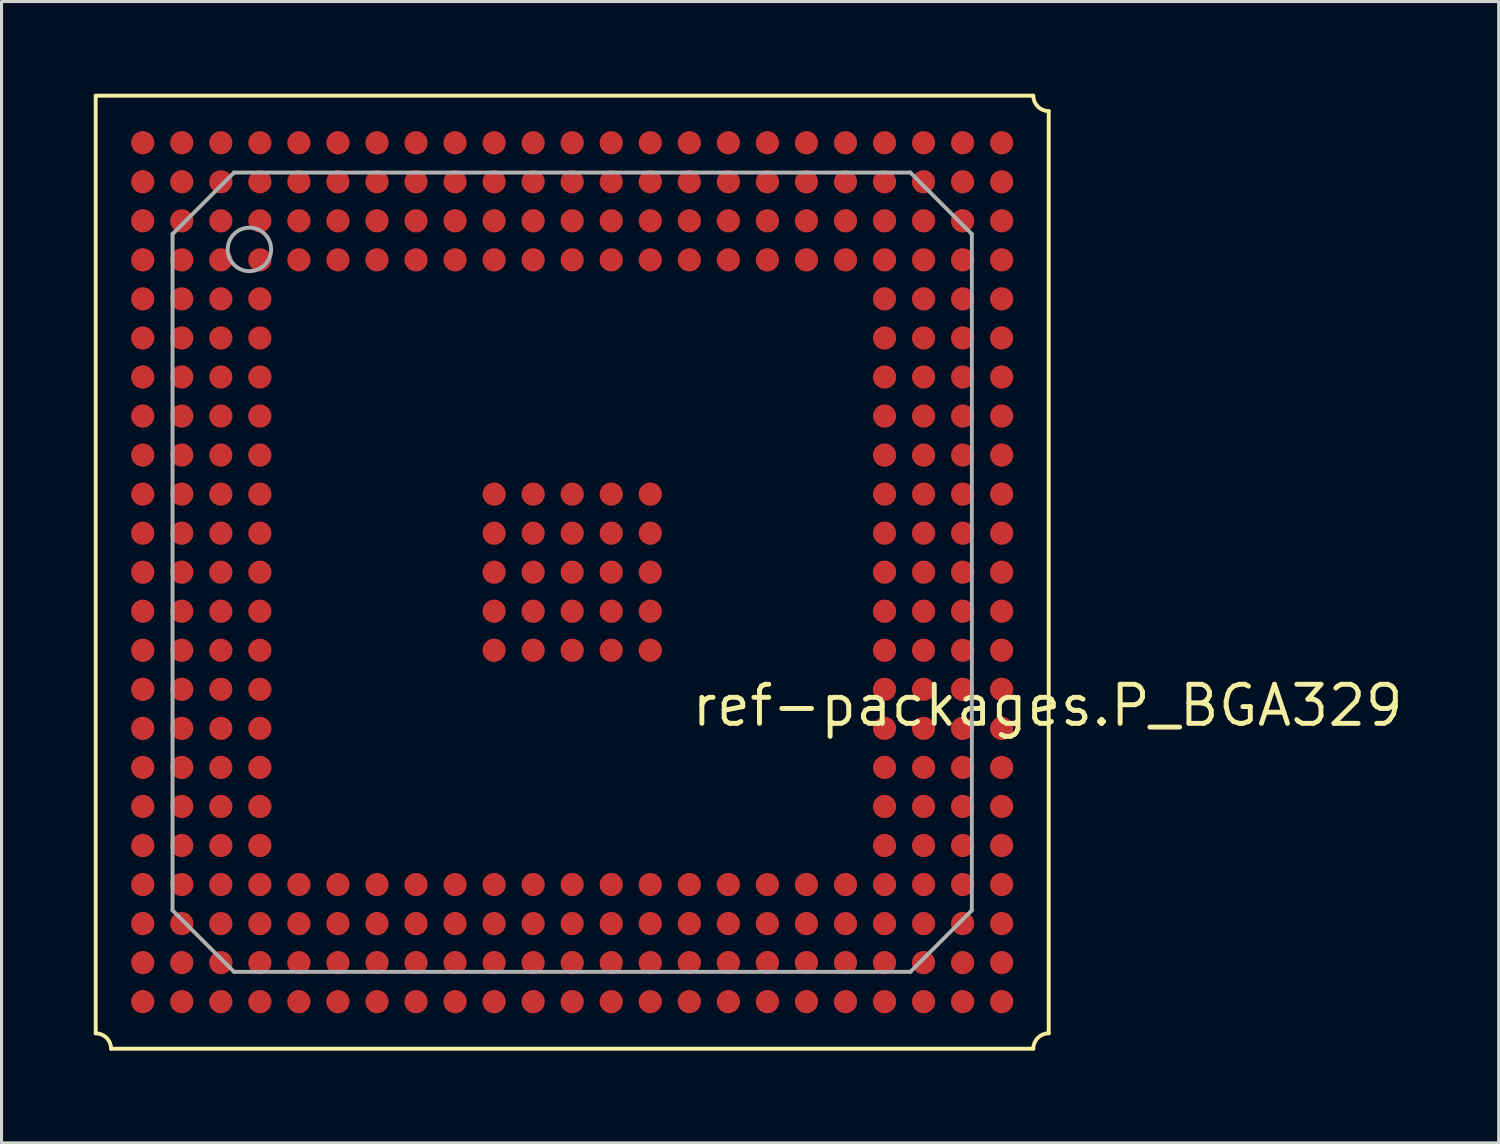
<source format=kicad_pcb>
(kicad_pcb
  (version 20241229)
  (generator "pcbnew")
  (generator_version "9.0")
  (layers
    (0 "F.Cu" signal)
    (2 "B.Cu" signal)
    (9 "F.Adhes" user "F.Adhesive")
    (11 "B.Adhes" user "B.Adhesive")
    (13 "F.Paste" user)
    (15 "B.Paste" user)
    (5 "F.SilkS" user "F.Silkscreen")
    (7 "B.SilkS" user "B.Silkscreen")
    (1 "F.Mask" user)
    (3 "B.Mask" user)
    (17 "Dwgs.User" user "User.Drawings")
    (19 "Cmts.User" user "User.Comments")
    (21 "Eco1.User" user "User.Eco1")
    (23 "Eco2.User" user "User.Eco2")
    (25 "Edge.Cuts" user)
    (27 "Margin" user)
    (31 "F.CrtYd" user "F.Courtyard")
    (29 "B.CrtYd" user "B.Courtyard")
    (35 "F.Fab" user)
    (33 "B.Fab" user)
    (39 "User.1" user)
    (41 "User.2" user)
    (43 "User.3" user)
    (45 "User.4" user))
  (footprint "ref-packages.P_BGA329"
    (layer "F.Cu")
    (at 15.563 15.563)
    (property "Reference" "ref-packages.P_BGA329" (at 3.81 5.08 180) (layer "F.SilkS") (effects (font (size 1.27 1.27) (thickness 0.16)) (justify left bottom)))
    (attr smd)
    (fp_line (start -15.5 -15.5) (end -15.5 15) (stroke (width 0.127) (type default)) (layer "F.SilkS"))
    (fp_line (start -15 15.5) (end 15 15.5) (stroke (width 0.127) (type default)) (layer "F.SilkS"))
    (fp_line (start 15 -15.5) (end -15.5 -15.5) (stroke (width 0.127) (type default)) (layer "F.SilkS"))
    (fp_line (start 15.5 15) (end 15.5 -15) (stroke (width 0.127) (type default)) (layer "F.SilkS"))
    (fp_arc (start -15.5 15) (mid -15.146447 15.146447) (end -15 15.5) (stroke (width 0.127) (type default)) (layer "F.SilkS"))
    (fp_arc (start 15 15.5) (mid 15.146447 15.146447) (end 15.5 15) (stroke (width 0.127) (type default)) (layer "F.SilkS"))
    (fp_arc (start 15.5 -15) (mid 15.146447 -15.146447) (end 15 -15.5) (stroke (width 0.127) (type default)) (layer "F.SilkS"))
    (fp_line (start -13 -11) (end -11 -13) (stroke (width 0.127) (type default)) (layer "F.Fab"))
    (fp_line (start -13 11) (end -13 -11) (stroke (width 0.127) (type default)) (layer "F.Fab"))
    (fp_line (start -11 -13) (end 11 -13) (stroke (width 0.127) (type default)) (layer "F.Fab"))
    (fp_line (start -11 13) (end -13 11) (stroke (width 0.127) (type default)) (layer "F.Fab"))
    (fp_line (start 11 -13) (end 13 -11) (stroke (width 0.127) (type default)) (layer "F.Fab"))
    (fp_line (start 11 13) (end -11 13) (stroke (width 0.127) (type default)) (layer "F.Fab"))
    (fp_line (start 13 -11) (end 13 11) (stroke (width 0.127) (type default)) (layer "F.Fab"))
    (fp_line (start 13 11) (end 11 13) (stroke (width 0.127) (type default)) (layer "F.Fab"))
    (fp_circle (center -10.5 -10.5) (end -9.793 -10.5) (stroke (width 0.127) (type default)) (fill no) (layer "F.Fab"))
    (pad "A1" smd roundrect (at -13.97 -13.97 180) (size 0.76 0.76) (layers "F.Cu" "F.Mask" "F.Paste") (roundrect_rratio 0.5))
    (pad "A2" smd roundrect (at -12.7 -13.97 180) (size 0.76 0.76) (layers "F.Cu" "F.Mask" "F.Paste") (roundrect_rratio 0.5))
    (pad "A3" smd roundrect (at -11.43 -13.97 180) (size 0.76 0.76) (layers "F.Cu" "F.Mask" "F.Paste") (roundrect_rratio 0.5))
    (pad "A4" smd roundrect (at -10.16 -13.97 180) (size 0.76 0.76) (layers "F.Cu" "F.Mask" "F.Paste") (roundrect_rratio 0.5))
    (pad "A5" smd roundrect (at -8.89 -13.97 180) (size 0.76 0.76) (layers "F.Cu" "F.Mask" "F.Paste") (roundrect_rratio 0.5))
    (pad "A6" smd roundrect (at -7.62 -13.97 180) (size 0.76 0.76) (layers "F.Cu" "F.Mask" "F.Paste") (roundrect_rratio 0.5))
    (pad "A7" smd roundrect (at -6.35 -13.97 180) (size 0.76 0.76) (layers "F.Cu" "F.Mask" "F.Paste") (roundrect_rratio 0.5))
    (pad "A8" smd roundrect (at -5.08 -13.97 180) (size 0.76 0.76) (layers "F.Cu" "F.Mask" "F.Paste") (roundrect_rratio 0.5))
    (pad "A9" smd roundrect (at -3.81 -13.97 180) (size 0.76 0.76) (layers "F.Cu" "F.Mask" "F.Paste") (roundrect_rratio 0.5))
    (pad "A10" smd roundrect (at -2.54 -13.97 180) (size 0.76 0.76) (layers "F.Cu" "F.Mask" "F.Paste") (roundrect_rratio 0.5))
    (pad "A11" smd roundrect (at -1.27 -13.97 180) (size 0.76 0.76) (layers "F.Cu" "F.Mask" "F.Paste") (roundrect_rratio 0.5))
    (pad "A12" smd roundrect (at 0 -13.97 180) (size 0.76 0.76) (layers "F.Cu" "F.Mask" "F.Paste") (roundrect_rratio 0.5))
    (pad "A13" smd roundrect (at 1.27 -13.97 180) (size 0.76 0.76) (layers "F.Cu" "F.Mask" "F.Paste") (roundrect_rratio 0.5))
    (pad "A14" smd roundrect (at 2.54 -13.97 180) (size 0.76 0.76) (layers "F.Cu" "F.Mask" "F.Paste") (roundrect_rratio 0.5))
    (pad "A15" smd roundrect (at 3.81 -13.97 180) (size 0.76 0.76) (layers "F.Cu" "F.Mask" "F.Paste") (roundrect_rratio 0.5))
    (pad "A16" smd roundrect (at 5.08 -13.97 180) (size 0.76 0.76) (layers "F.Cu" "F.Mask" "F.Paste") (roundrect_rratio 0.5))
    (pad "A17" smd roundrect (at 6.35 -13.97 180) (size 0.76 0.76) (layers "F.Cu" "F.Mask" "F.Paste") (roundrect_rratio 0.5))
    (pad "A18" smd roundrect (at 7.62 -13.97 180) (size 0.76 0.76) (layers "F.Cu" "F.Mask" "F.Paste") (roundrect_rratio 0.5))
    (pad "A19" smd roundrect (at 8.89 -13.97 180) (size 0.76 0.76) (layers "F.Cu" "F.Mask" "F.Paste") (roundrect_rratio 0.5))
    (pad "A20" smd roundrect (at 10.16 -13.97 180) (size 0.76 0.76) (layers "F.Cu" "F.Mask" "F.Paste") (roundrect_rratio 0.5))
    (pad "A21" smd roundrect (at 11.43 -13.97 180) (size 0.76 0.76) (layers "F.Cu" "F.Mask" "F.Paste") (roundrect_rratio 0.5))
    (pad "A22" smd roundrect (at 12.7 -13.97 180) (size 0.76 0.76) (layers "F.Cu" "F.Mask" "F.Paste") (roundrect_rratio 0.5))
    (pad "A23" smd roundrect (at 13.97 -13.97 180) (size 0.76 0.76) (layers "F.Cu" "F.Mask" "F.Paste") (roundrect_rratio 0.5))
    (pad "AA1" smd roundrect (at -13.97 11.43 180) (size 0.76 0.76) (layers "F.Cu" "F.Mask" "F.Paste") (roundrect_rratio 0.5))
    (pad "AA2" smd roundrect (at -12.7 11.43 180) (size 0.76 0.76) (layers "F.Cu" "F.Mask" "F.Paste") (roundrect_rratio 0.5))
    (pad "AA3" smd roundrect (at -11.43 11.43 180) (size 0.76 0.76) (layers "F.Cu" "F.Mask" "F.Paste") (roundrect_rratio 0.5))
    (pad "AA4" smd roundrect (at -10.16 11.43 180) (size 0.76 0.76) (layers "F.Cu" "F.Mask" "F.Paste") (roundrect_rratio 0.5))
    (pad "AA5" smd roundrect (at -8.89 11.43 180) (size 0.76 0.76) (layers "F.Cu" "F.Mask" "F.Paste") (roundrect_rratio 0.5))
    (pad "AA6" smd roundrect (at -7.62 11.43 180) (size 0.76 0.76) (layers "F.Cu" "F.Mask" "F.Paste") (roundrect_rratio 0.5))
    (pad "AA7" smd roundrect (at -6.35 11.43 180) (size 0.76 0.76) (layers "F.Cu" "F.Mask" "F.Paste") (roundrect_rratio 0.5))
    (pad "AA8" smd roundrect (at -5.08 11.43 180) (size 0.76 0.76) (layers "F.Cu" "F.Mask" "F.Paste") (roundrect_rratio 0.5))
    (pad "AA9" smd roundrect (at -3.81 11.43 180) (size 0.76 0.76) (layers "F.Cu" "F.Mask" "F.Paste") (roundrect_rratio 0.5))
    (pad "AA10" smd roundrect (at -2.54 11.43 180) (size 0.76 0.76) (layers "F.Cu" "F.Mask" "F.Paste") (roundrect_rratio 0.5))
    (pad "AA11" smd roundrect (at -1.27 11.43 180) (size 0.76 0.76) (layers "F.Cu" "F.Mask" "F.Paste") (roundrect_rratio 0.5))
    (pad "AA12" smd roundrect (at 0 11.43 180) (size 0.76 0.76) (layers "F.Cu" "F.Mask" "F.Paste") (roundrect_rratio 0.5))
    (pad "AA13" smd roundrect (at 1.27 11.43 180) (size 0.76 0.76) (layers "F.Cu" "F.Mask" "F.Paste") (roundrect_rratio 0.5))
    (pad "AA14" smd roundrect (at 2.54 11.43 180) (size 0.76 0.76) (layers "F.Cu" "F.Mask" "F.Paste") (roundrect_rratio 0.5))
    (pad "AA15" smd roundrect (at 3.81 11.43 180) (size 0.76 0.76) (layers "F.Cu" "F.Mask" "F.Paste") (roundrect_rratio 0.5))
    (pad "AA16" smd roundrect (at 5.08 11.43 180) (size 0.76 0.76) (layers "F.Cu" "F.Mask" "F.Paste") (roundrect_rratio 0.5))
    (pad "AA17" smd roundrect (at 6.35 11.43 180) (size 0.76 0.76) (layers "F.Cu" "F.Mask" "F.Paste") (roundrect_rratio 0.5))
    (pad "AA18" smd roundrect (at 7.62 11.43 180) (size 0.76 0.76) (layers "F.Cu" "F.Mask" "F.Paste") (roundrect_rratio 0.5))
    (pad "AA19" smd roundrect (at 8.89 11.43 180) (size 0.76 0.76) (layers "F.Cu" "F.Mask" "F.Paste") (roundrect_rratio 0.5))
    (pad "AA20" smd roundrect (at 10.16 11.43 180) (size 0.76 0.76) (layers "F.Cu" "F.Mask" "F.Paste") (roundrect_rratio 0.5))
    (pad "AA21" smd roundrect (at 11.43 11.43 180) (size 0.76 0.76) (layers "F.Cu" "F.Mask" "F.Paste") (roundrect_rratio 0.5))
    (pad "AA22" smd roundrect (at 12.7 11.43 180) (size 0.76 0.76) (layers "F.Cu" "F.Mask" "F.Paste") (roundrect_rratio 0.5))
    (pad "AA23" smd roundrect (at 13.97 11.43 180) (size 0.76 0.76) (layers "F.Cu" "F.Mask" "F.Paste") (roundrect_rratio 0.5))
    (pad "AB1" smd roundrect (at -13.97 12.7 180) (size 0.76 0.76) (layers "F.Cu" "F.Mask" "F.Paste") (roundrect_rratio 0.5))
    (pad "AB2" smd roundrect (at -12.7 12.7 180) (size 0.76 0.76) (layers "F.Cu" "F.Mask" "F.Paste") (roundrect_rratio 0.5))
    (pad "AB3" smd roundrect (at -11.43 12.7 180) (size 0.76 0.76) (layers "F.Cu" "F.Mask" "F.Paste") (roundrect_rratio 0.5))
    (pad "AB4" smd roundrect (at -10.16 12.7 180) (size 0.76 0.76) (layers "F.Cu" "F.Mask" "F.Paste") (roundrect_rratio 0.5))
    (pad "AB5" smd roundrect (at -8.89 12.7 180) (size 0.76 0.76) (layers "F.Cu" "F.Mask" "F.Paste") (roundrect_rratio 0.5))
    (pad "AB6" smd roundrect (at -7.62 12.7 180) (size 0.76 0.76) (layers "F.Cu" "F.Mask" "F.Paste") (roundrect_rratio 0.5))
    (pad "AB7" smd roundrect (at -6.35 12.7 180) (size 0.76 0.76) (layers "F.Cu" "F.Mask" "F.Paste") (roundrect_rratio 0.5))
    (pad "AB8" smd roundrect (at -5.08 12.7 180) (size 0.76 0.76) (layers "F.Cu" "F.Mask" "F.Paste") (roundrect_rratio 0.5))
    (pad "AB9" smd roundrect (at -3.81 12.7 180) (size 0.76 0.76) (layers "F.Cu" "F.Mask" "F.Paste") (roundrect_rratio 0.5))
    (pad "AB10" smd roundrect (at -2.54 12.7 180) (size 0.76 0.76) (layers "F.Cu" "F.Mask" "F.Paste") (roundrect_rratio 0.5))
    (pad "AB11" smd roundrect (at -1.27 12.7 180) (size 0.76 0.76) (layers "F.Cu" "F.Mask" "F.Paste") (roundrect_rratio 0.5))
    (pad "AB12" smd roundrect (at 0 12.7 180) (size 0.76 0.76) (layers "F.Cu" "F.Mask" "F.Paste") (roundrect_rratio 0.5))
    (pad "AB13" smd roundrect (at 1.27 12.7 180) (size 0.76 0.76) (layers "F.Cu" "F.Mask" "F.Paste") (roundrect_rratio 0.5))
    (pad "AB14" smd roundrect (at 2.54 12.7 180) (size 0.76 0.76) (layers "F.Cu" "F.Mask" "F.Paste") (roundrect_rratio 0.5))
    (pad "AB15" smd roundrect (at 3.81 12.7 180) (size 0.76 0.76) (layers "F.Cu" "F.Mask" "F.Paste") (roundrect_rratio 0.5))
    (pad "AB16" smd roundrect (at 5.08 12.7 180) (size 0.76 0.76) (layers "F.Cu" "F.Mask" "F.Paste") (roundrect_rratio 0.5))
    (pad "AB17" smd roundrect (at 6.35 12.7 180) (size 0.76 0.76) (layers "F.Cu" "F.Mask" "F.Paste") (roundrect_rratio 0.5))
    (pad "AB18" smd roundrect (at 7.62 12.7 180) (size 0.76 0.76) (layers "F.Cu" "F.Mask" "F.Paste") (roundrect_rratio 0.5))
    (pad "AB19" smd roundrect (at 8.89 12.7 180) (size 0.76 0.76) (layers "F.Cu" "F.Mask" "F.Paste") (roundrect_rratio 0.5))
    (pad "AB20" smd roundrect (at 10.16 12.7 180) (size 0.76 0.76) (layers "F.Cu" "F.Mask" "F.Paste") (roundrect_rratio 0.5))
    (pad "AB21" smd roundrect (at 11.43 12.7 180) (size 0.76 0.76) (layers "F.Cu" "F.Mask" "F.Paste") (roundrect_rratio 0.5))
    (pad "AB22" smd roundrect (at 12.7 12.7 180) (size 0.76 0.76) (layers "F.Cu" "F.Mask" "F.Paste") (roundrect_rratio 0.5))
    (pad "AB23" smd roundrect (at 13.97 12.7 180) (size 0.76 0.76) (layers "F.Cu" "F.Mask" "F.Paste") (roundrect_rratio 0.5))
    (pad "AC1" smd roundrect (at -13.97 13.97 180) (size 0.76 0.76) (layers "F.Cu" "F.Mask" "F.Paste") (roundrect_rratio 0.5))
    (pad "AC2" smd roundrect (at -12.7 13.97 180) (size 0.76 0.76) (layers "F.Cu" "F.Mask" "F.Paste") (roundrect_rratio 0.5))
    (pad "AC3" smd roundrect (at -11.43 13.97 180) (size 0.76 0.76) (layers "F.Cu" "F.Mask" "F.Paste") (roundrect_rratio 0.5))
    (pad "AC4" smd roundrect (at -10.16 13.97 180) (size 0.76 0.76) (layers "F.Cu" "F.Mask" "F.Paste") (roundrect_rratio 0.5))
    (pad "AC5" smd roundrect (at -8.89 13.97 180) (size 0.76 0.76) (layers "F.Cu" "F.Mask" "F.Paste") (roundrect_rratio 0.5))
    (pad "AC6" smd roundrect (at -7.62 13.97 180) (size 0.76 0.76) (layers "F.Cu" "F.Mask" "F.Paste") (roundrect_rratio 0.5))
    (pad "AC7" smd roundrect (at -6.35 13.97 180) (size 0.76 0.76) (layers "F.Cu" "F.Mask" "F.Paste") (roundrect_rratio 0.5))
    (pad "AC8" smd roundrect (at -5.08 13.97 180) (size 0.76 0.76) (layers "F.Cu" "F.Mask" "F.Paste") (roundrect_rratio 0.5))
    (pad "AC9" smd roundrect (at -3.81 13.97 180) (size 0.76 0.76) (layers "F.Cu" "F.Mask" "F.Paste") (roundrect_rratio 0.5))
    (pad "AC10" smd roundrect (at -2.54 13.97 180) (size 0.76 0.76) (layers "F.Cu" "F.Mask" "F.Paste") (roundrect_rratio 0.5))
    (pad "AC11" smd roundrect (at -1.27 13.97 180) (size 0.76 0.76) (layers "F.Cu" "F.Mask" "F.Paste") (roundrect_rratio 0.5))
    (pad "AC12" smd roundrect (at 0 13.97 180) (size 0.76 0.76) (layers "F.Cu" "F.Mask" "F.Paste") (roundrect_rratio 0.5))
    (pad "AC13" smd roundrect (at 1.27 13.97 180) (size 0.76 0.76) (layers "F.Cu" "F.Mask" "F.Paste") (roundrect_rratio 0.5))
    (pad "AC14" smd roundrect (at 2.54 13.97 180) (size 0.76 0.76) (layers "F.Cu" "F.Mask" "F.Paste") (roundrect_rratio 0.5))
    (pad "AC15" smd roundrect (at 3.81 13.97 180) (size 0.76 0.76) (layers "F.Cu" "F.Mask" "F.Paste") (roundrect_rratio 0.5))
    (pad "AC16" smd roundrect (at 5.08 13.97 180) (size 0.76 0.76) (layers "F.Cu" "F.Mask" "F.Paste") (roundrect_rratio 0.5))
    (pad "AC17" smd roundrect (at 6.35 13.97 180) (size 0.76 0.76) (layers "F.Cu" "F.Mask" "F.Paste") (roundrect_rratio 0.5))
    (pad "AC18" smd roundrect (at 7.62 13.97 180) (size 0.76 0.76) (layers "F.Cu" "F.Mask" "F.Paste") (roundrect_rratio 0.5))
    (pad "AC19" smd roundrect (at 8.89 13.97 180) (size 0.76 0.76) (layers "F.Cu" "F.Mask" "F.Paste") (roundrect_rratio 0.5))
    (pad "AC20" smd roundrect (at 10.16 13.97 180) (size 0.76 0.76) (layers "F.Cu" "F.Mask" "F.Paste") (roundrect_rratio 0.5))
    (pad "AC21" smd roundrect (at 11.43 13.97 180) (size 0.76 0.76) (layers "F.Cu" "F.Mask" "F.Paste") (roundrect_rratio 0.5))
    (pad "AC22" smd roundrect (at 12.7 13.97 180) (size 0.76 0.76) (layers "F.Cu" "F.Mask" "F.Paste") (roundrect_rratio 0.5))
    (pad "AC23" smd roundrect (at 13.97 13.97 180) (size 0.76 0.76) (layers "F.Cu" "F.Mask" "F.Paste") (roundrect_rratio 0.5))
    (pad "B1" smd roundrect (at -13.97 -12.7 180) (size 0.76 0.76) (layers "F.Cu" "F.Mask" "F.Paste") (roundrect_rratio 0.5))
    (pad "B2" smd roundrect (at -12.7 -12.7 180) (size 0.76 0.76) (layers "F.Cu" "F.Mask" "F.Paste") (roundrect_rratio 0.5))
    (pad "B3" smd roundrect (at -11.43 -12.7 180) (size 0.76 0.76) (layers "F.Cu" "F.Mask" "F.Paste") (roundrect_rratio 0.5))
    (pad "B4" smd roundrect (at -10.16 -12.7 180) (size 0.76 0.76) (layers "F.Cu" "F.Mask" "F.Paste") (roundrect_rratio 0.5))
    (pad "B5" smd roundrect (at -8.89 -12.7 180) (size 0.76 0.76) (layers "F.Cu" "F.Mask" "F.Paste") (roundrect_rratio 0.5))
    (pad "B6" smd roundrect (at -7.62 -12.7 180) (size 0.76 0.76) (layers "F.Cu" "F.Mask" "F.Paste") (roundrect_rratio 0.5))
    (pad "B7" smd roundrect (at -6.35 -12.7 180) (size 0.76 0.76) (layers "F.Cu" "F.Mask" "F.Paste") (roundrect_rratio 0.5))
    (pad "B8" smd roundrect (at -5.08 -12.7 180) (size 0.76 0.76) (layers "F.Cu" "F.Mask" "F.Paste") (roundrect_rratio 0.5))
    (pad "B9" smd roundrect (at -3.81 -12.7 180) (size 0.76 0.76) (layers "F.Cu" "F.Mask" "F.Paste") (roundrect_rratio 0.5))
    (pad "B10" smd roundrect (at -2.54 -12.7 180) (size 0.76 0.76) (layers "F.Cu" "F.Mask" "F.Paste") (roundrect_rratio 0.5))
    (pad "B11" smd roundrect (at -1.27 -12.7 180) (size 0.76 0.76) (layers "F.Cu" "F.Mask" "F.Paste") (roundrect_rratio 0.5))
    (pad "B12" smd roundrect (at 0 -12.7 180) (size 0.76 0.76) (layers "F.Cu" "F.Mask" "F.Paste") (roundrect_rratio 0.5))
    (pad "B13" smd roundrect (at 1.27 -12.7 180) (size 0.76 0.76) (layers "F.Cu" "F.Mask" "F.Paste") (roundrect_rratio 0.5))
    (pad "B14" smd roundrect (at 2.54 -12.7 180) (size 0.76 0.76) (layers "F.Cu" "F.Mask" "F.Paste") (roundrect_rratio 0.5))
    (pad "B15" smd roundrect (at 3.81 -12.7 180) (size 0.76 0.76) (layers "F.Cu" "F.Mask" "F.Paste") (roundrect_rratio 0.5))
    (pad "B16" smd roundrect (at 5.08 -12.7 180) (size 0.76 0.76) (layers "F.Cu" "F.Mask" "F.Paste") (roundrect_rratio 0.5))
    (pad "B17" smd roundrect (at 6.35 -12.7 180) (size 0.76 0.76) (layers "F.Cu" "F.Mask" "F.Paste") (roundrect_rratio 0.5))
    (pad "B18" smd roundrect (at 7.62 -12.7 180) (size 0.76 0.76) (layers "F.Cu" "F.Mask" "F.Paste") (roundrect_rratio 0.5))
    (pad "B19" smd roundrect (at 8.89 -12.7 180) (size 0.76 0.76) (layers "F.Cu" "F.Mask" "F.Paste") (roundrect_rratio 0.5))
    (pad "B20" smd roundrect (at 10.16 -12.7 180) (size 0.76 0.76) (layers "F.Cu" "F.Mask" "F.Paste") (roundrect_rratio 0.5))
    (pad "B21" smd roundrect (at 11.43 -12.7 180) (size 0.76 0.76) (layers "F.Cu" "F.Mask" "F.Paste") (roundrect_rratio 0.5))
    (pad "B22" smd roundrect (at 12.7 -12.7 180) (size 0.76 0.76) (layers "F.Cu" "F.Mask" "F.Paste") (roundrect_rratio 0.5))
    (pad "B23" smd roundrect (at 13.97 -12.7 180) (size 0.76 0.76) (layers "F.Cu" "F.Mask" "F.Paste") (roundrect_rratio 0.5))
    (pad "C1" smd roundrect (at -13.97 -11.43 180) (size 0.76 0.76) (layers "F.Cu" "F.Mask" "F.Paste") (roundrect_rratio 0.5))
    (pad "C2" smd roundrect (at -12.7 -11.43 180) (size 0.76 0.76) (layers "F.Cu" "F.Mask" "F.Paste") (roundrect_rratio 0.5))
    (pad "C3" smd roundrect (at -11.43 -11.43 180) (size 0.76 0.76) (layers "F.Cu" "F.Mask" "F.Paste") (roundrect_rratio 0.5))
    (pad "C4" smd roundrect (at -10.16 -11.43 180) (size 0.76 0.76) (layers "F.Cu" "F.Mask" "F.Paste") (roundrect_rratio 0.5))
    (pad "C5" smd roundrect (at -8.89 -11.43 180) (size 0.76 0.76) (layers "F.Cu" "F.Mask" "F.Paste") (roundrect_rratio 0.5))
    (pad "C6" smd roundrect (at -7.62 -11.43 180) (size 0.76 0.76) (layers "F.Cu" "F.Mask" "F.Paste") (roundrect_rratio 0.5))
    (pad "C7" smd roundrect (at -6.35 -11.43 180) (size 0.76 0.76) (layers "F.Cu" "F.Mask" "F.Paste") (roundrect_rratio 0.5))
    (pad "C8" smd roundrect (at -5.08 -11.43 180) (size 0.76 0.76) (layers "F.Cu" "F.Mask" "F.Paste") (roundrect_rratio 0.5))
    (pad "C9" smd roundrect (at -3.81 -11.43 180) (size 0.76 0.76) (layers "F.Cu" "F.Mask" "F.Paste") (roundrect_rratio 0.5))
    (pad "C10" smd roundrect (at -2.54 -11.43 180) (size 0.76 0.76) (layers "F.Cu" "F.Mask" "F.Paste") (roundrect_rratio 0.5))
    (pad "C11" smd roundrect (at -1.27 -11.43 180) (size 0.76 0.76) (layers "F.Cu" "F.Mask" "F.Paste") (roundrect_rratio 0.5))
    (pad "C12" smd roundrect (at 0 -11.43 180) (size 0.76 0.76) (layers "F.Cu" "F.Mask" "F.Paste") (roundrect_rratio 0.5))
    (pad "C13" smd roundrect (at 1.27 -11.43 180) (size 0.76 0.76) (layers "F.Cu" "F.Mask" "F.Paste") (roundrect_rratio 0.5))
    (pad "C14" smd roundrect (at 2.54 -11.43 180) (size 0.76 0.76) (layers "F.Cu" "F.Mask" "F.Paste") (roundrect_rratio 0.5))
    (pad "C15" smd roundrect (at 3.81 -11.43 180) (size 0.76 0.76) (layers "F.Cu" "F.Mask" "F.Paste") (roundrect_rratio 0.5))
    (pad "C16" smd roundrect (at 5.08 -11.43 180) (size 0.76 0.76) (layers "F.Cu" "F.Mask" "F.Paste") (roundrect_rratio 0.5))
    (pad "C17" smd roundrect (at 6.35 -11.43 180) (size 0.76 0.76) (layers "F.Cu" "F.Mask" "F.Paste") (roundrect_rratio 0.5))
    (pad "C18" smd roundrect (at 7.62 -11.43 180) (size 0.76 0.76) (layers "F.Cu" "F.Mask" "F.Paste") (roundrect_rratio 0.5))
    (pad "C19" smd roundrect (at 8.89 -11.43 180) (size 0.76 0.76) (layers "F.Cu" "F.Mask" "F.Paste") (roundrect_rratio 0.5))
    (pad "C20" smd roundrect (at 10.16 -11.43 180) (size 0.76 0.76) (layers "F.Cu" "F.Mask" "F.Paste") (roundrect_rratio 0.5))
    (pad "C21" smd roundrect (at 11.43 -11.43 180) (size 0.76 0.76) (layers "F.Cu" "F.Mask" "F.Paste") (roundrect_rratio 0.5))
    (pad "C22" smd roundrect (at 12.7 -11.43 180) (size 0.76 0.76) (layers "F.Cu" "F.Mask" "F.Paste") (roundrect_rratio 0.5))
    (pad "C23" smd roundrect (at 13.97 -11.43 180) (size 0.76 0.76) (layers "F.Cu" "F.Mask" "F.Paste") (roundrect_rratio 0.5))
    (pad "D1" smd roundrect (at -13.97 -10.16 180) (size 0.76 0.76) (layers "F.Cu" "F.Mask" "F.Paste") (roundrect_rratio 0.5))
    (pad "D2" smd roundrect (at -12.7 -10.16 180) (size 0.76 0.76) (layers "F.Cu" "F.Mask" "F.Paste") (roundrect_rratio 0.5))
    (pad "D3" smd roundrect (at -11.43 -10.16 180) (size 0.76 0.76) (layers "F.Cu" "F.Mask" "F.Paste") (roundrect_rratio 0.5))
    (pad "D4" smd roundrect (at -10.16 -10.16 180) (size 0.76 0.76) (layers "F.Cu" "F.Mask" "F.Paste") (roundrect_rratio 0.5))
    (pad "D5" smd roundrect (at -8.89 -10.16 180) (size 0.76 0.76) (layers "F.Cu" "F.Mask" "F.Paste") (roundrect_rratio 0.5))
    (pad "D6" smd roundrect (at -7.62 -10.16 180) (size 0.76 0.76) (layers "F.Cu" "F.Mask" "F.Paste") (roundrect_rratio 0.5))
    (pad "D7" smd roundrect (at -6.35 -10.16 180) (size 0.76 0.76) (layers "F.Cu" "F.Mask" "F.Paste") (roundrect_rratio 0.5))
    (pad "D8" smd roundrect (at -5.08 -10.16 180) (size 0.76 0.76) (layers "F.Cu" "F.Mask" "F.Paste") (roundrect_rratio 0.5))
    (pad "D9" smd roundrect (at -3.81 -10.16 180) (size 0.76 0.76) (layers "F.Cu" "F.Mask" "F.Paste") (roundrect_rratio 0.5))
    (pad "D10" smd roundrect (at -2.54 -10.16 180) (size 0.76 0.76) (layers "F.Cu" "F.Mask" "F.Paste") (roundrect_rratio 0.5))
    (pad "D11" smd roundrect (at -1.27 -10.16 180) (size 0.76 0.76) (layers "F.Cu" "F.Mask" "F.Paste") (roundrect_rratio 0.5))
    (pad "D12" smd roundrect (at 0 -10.16 180) (size 0.76 0.76) (layers "F.Cu" "F.Mask" "F.Paste") (roundrect_rratio 0.5))
    (pad "D13" smd roundrect (at 1.27 -10.16 180) (size 0.76 0.76) (layers "F.Cu" "F.Mask" "F.Paste") (roundrect_rratio 0.5))
    (pad "D14" smd roundrect (at 2.54 -10.16 180) (size 0.76 0.76) (layers "F.Cu" "F.Mask" "F.Paste") (roundrect_rratio 0.5))
    (pad "D15" smd roundrect (at 3.81 -10.16 180) (size 0.76 0.76) (layers "F.Cu" "F.Mask" "F.Paste") (roundrect_rratio 0.5))
    (pad "D16" smd roundrect (at 5.08 -10.16 180) (size 0.76 0.76) (layers "F.Cu" "F.Mask" "F.Paste") (roundrect_rratio 0.5))
    (pad "D17" smd roundrect (at 6.35 -10.16 180) (size 0.76 0.76) (layers "F.Cu" "F.Mask" "F.Paste") (roundrect_rratio 0.5))
    (pad "D18" smd roundrect (at 7.62 -10.16 180) (size 0.76 0.76) (layers "F.Cu" "F.Mask" "F.Paste") (roundrect_rratio 0.5))
    (pad "D19" smd roundrect (at 8.89 -10.16 180) (size 0.76 0.76) (layers "F.Cu" "F.Mask" "F.Paste") (roundrect_rratio 0.5))
    (pad "D20" smd roundrect (at 10.16 -10.16 180) (size 0.76 0.76) (layers "F.Cu" "F.Mask" "F.Paste") (roundrect_rratio 0.5))
    (pad "D21" smd roundrect (at 11.43 -10.16 180) (size 0.76 0.76) (layers "F.Cu" "F.Mask" "F.Paste") (roundrect_rratio 0.5))
    (pad "D22" smd roundrect (at 12.7 -10.16 180) (size 0.76 0.76) (layers "F.Cu" "F.Mask" "F.Paste") (roundrect_rratio 0.5))
    (pad "D23" smd roundrect (at 13.97 -10.16 180) (size 0.76 0.76) (layers "F.Cu" "F.Mask" "F.Paste") (roundrect_rratio 0.5))
    (pad "E1" smd roundrect (at -13.97 -8.89 180) (size 0.76 0.76) (layers "F.Cu" "F.Mask" "F.Paste") (roundrect_rratio 0.5))
    (pad "E2" smd roundrect (at -12.7 -8.89 180) (size 0.76 0.76) (layers "F.Cu" "F.Mask" "F.Paste") (roundrect_rratio 0.5))
    (pad "E3" smd roundrect (at -11.43 -8.89 180) (size 0.76 0.76) (layers "F.Cu" "F.Mask" "F.Paste") (roundrect_rratio 0.5))
    (pad "E4" smd roundrect (at -10.16 -8.89 180) (size 0.76 0.76) (layers "F.Cu" "F.Mask" "F.Paste") (roundrect_rratio 0.5))
    (pad "E20" smd roundrect (at 10.16 -8.89 180) (size 0.76 0.76) (layers "F.Cu" "F.Mask" "F.Paste") (roundrect_rratio 0.5))
    (pad "E21" smd roundrect (at 11.43 -8.89 180) (size 0.76 0.76) (layers "F.Cu" "F.Mask" "F.Paste") (roundrect_rratio 0.5))
    (pad "E22" smd roundrect (at 12.7 -8.89 180) (size 0.76 0.76) (layers "F.Cu" "F.Mask" "F.Paste") (roundrect_rratio 0.5))
    (pad "E23" smd roundrect (at 13.97 -8.89 180) (size 0.76 0.76) (layers "F.Cu" "F.Mask" "F.Paste") (roundrect_rratio 0.5))
    (pad "F1" smd roundrect (at -13.97 -7.62 180) (size 0.76 0.76) (layers "F.Cu" "F.Mask" "F.Paste") (roundrect_rratio 0.5))
    (pad "F2" smd roundrect (at -12.7 -7.62 180) (size 0.76 0.76) (layers "F.Cu" "F.Mask" "F.Paste") (roundrect_rratio 0.5))
    (pad "F3" smd roundrect (at -11.43 -7.62 180) (size 0.76 0.76) (layers "F.Cu" "F.Mask" "F.Paste") (roundrect_rratio 0.5))
    (pad "F4" smd roundrect (at -10.16 -7.62 180) (size 0.76 0.76) (layers "F.Cu" "F.Mask" "F.Paste") (roundrect_rratio 0.5))
    (pad "F20" smd roundrect (at 10.16 -7.62 180) (size 0.76 0.76) (layers "F.Cu" "F.Mask" "F.Paste") (roundrect_rratio 0.5))
    (pad "F21" smd roundrect (at 11.43 -7.62 180) (size 0.76 0.76) (layers "F.Cu" "F.Mask" "F.Paste") (roundrect_rratio 0.5))
    (pad "F22" smd roundrect (at 12.7 -7.62 180) (size 0.76 0.76) (layers "F.Cu" "F.Mask" "F.Paste") (roundrect_rratio 0.5))
    (pad "F23" smd roundrect (at 13.97 -7.62 180) (size 0.76 0.76) (layers "F.Cu" "F.Mask" "F.Paste") (roundrect_rratio 0.5))
    (pad "G1" smd roundrect (at -13.97 -6.35 180) (size 0.76 0.76) (layers "F.Cu" "F.Mask" "F.Paste") (roundrect_rratio 0.5))
    (pad "G2" smd roundrect (at -12.7 -6.35 180) (size 0.76 0.76) (layers "F.Cu" "F.Mask" "F.Paste") (roundrect_rratio 0.5))
    (pad "G3" smd roundrect (at -11.43 -6.35 180) (size 0.76 0.76) (layers "F.Cu" "F.Mask" "F.Paste") (roundrect_rratio 0.5))
    (pad "G4" smd roundrect (at -10.16 -6.35 180) (size 0.76 0.76) (layers "F.Cu" "F.Mask" "F.Paste") (roundrect_rratio 0.5))
    (pad "G20" smd roundrect (at 10.16 -6.35 180) (size 0.76 0.76) (layers "F.Cu" "F.Mask" "F.Paste") (roundrect_rratio 0.5))
    (pad "G21" smd roundrect (at 11.43 -6.35 180) (size 0.76 0.76) (layers "F.Cu" "F.Mask" "F.Paste") (roundrect_rratio 0.5))
    (pad "G22" smd roundrect (at 12.7 -6.35 180) (size 0.76 0.76) (layers "F.Cu" "F.Mask" "F.Paste") (roundrect_rratio 0.5))
    (pad "G23" smd roundrect (at 13.97 -6.35 180) (size 0.76 0.76) (layers "F.Cu" "F.Mask" "F.Paste") (roundrect_rratio 0.5))
    (pad "H1" smd roundrect (at -13.97 -5.08 180) (size 0.76 0.76) (layers "F.Cu" "F.Mask" "F.Paste") (roundrect_rratio 0.5))
    (pad "H2" smd roundrect (at -12.7 -5.08 180) (size 0.76 0.76) (layers "F.Cu" "F.Mask" "F.Paste") (roundrect_rratio 0.5))
    (pad "H3" smd roundrect (at -11.43 -5.08 180) (size 0.76 0.76) (layers "F.Cu" "F.Mask" "F.Paste") (roundrect_rratio 0.5))
    (pad "H4" smd roundrect (at -10.16 -5.08 180) (size 0.76 0.76) (layers "F.Cu" "F.Mask" "F.Paste") (roundrect_rratio 0.5))
    (pad "H20" smd roundrect (at 10.16 -5.08 180) (size 0.76 0.76) (layers "F.Cu" "F.Mask" "F.Paste") (roundrect_rratio 0.5))
    (pad "H21" smd roundrect (at 11.43 -5.08 180) (size 0.76 0.76) (layers "F.Cu" "F.Mask" "F.Paste") (roundrect_rratio 0.5))
    (pad "H22" smd roundrect (at 12.7 -5.08 180) (size 0.76 0.76) (layers "F.Cu" "F.Mask" "F.Paste") (roundrect_rratio 0.5))
    (pad "H23" smd roundrect (at 13.97 -5.08 180) (size 0.76 0.76) (layers "F.Cu" "F.Mask" "F.Paste") (roundrect_rratio 0.5))
    (pad "J1" smd roundrect (at -13.97 -3.81 180) (size 0.76 0.76) (layers "F.Cu" "F.Mask" "F.Paste") (roundrect_rratio 0.5))
    (pad "J2" smd roundrect (at -12.7 -3.81 180) (size 0.76 0.76) (layers "F.Cu" "F.Mask" "F.Paste") (roundrect_rratio 0.5))
    (pad "J3" smd roundrect (at -11.43 -3.81 180) (size 0.76 0.76) (layers "F.Cu" "F.Mask" "F.Paste") (roundrect_rratio 0.5))
    (pad "J4" smd roundrect (at -10.16 -3.81 180) (size 0.76 0.76) (layers "F.Cu" "F.Mask" "F.Paste") (roundrect_rratio 0.5))
    (pad "J20" smd roundrect (at 10.16 -3.81 180) (size 0.76 0.76) (layers "F.Cu" "F.Mask" "F.Paste") (roundrect_rratio 0.5))
    (pad "J21" smd roundrect (at 11.43 -3.81 180) (size 0.76 0.76) (layers "F.Cu" "F.Mask" "F.Paste") (roundrect_rratio 0.5))
    (pad "J22" smd roundrect (at 12.7 -3.81 180) (size 0.76 0.76) (layers "F.Cu" "F.Mask" "F.Paste") (roundrect_rratio 0.5))
    (pad "J23" smd roundrect (at 13.97 -3.81 180) (size 0.76 0.76) (layers "F.Cu" "F.Mask" "F.Paste") (roundrect_rratio 0.5))
    (pad "K1" smd roundrect (at -13.97 -2.54 180) (size 0.76 0.76) (layers "F.Cu" "F.Mask" "F.Paste") (roundrect_rratio 0.5))
    (pad "K2" smd roundrect (at -12.7 -2.54 180) (size 0.76 0.76) (layers "F.Cu" "F.Mask" "F.Paste") (roundrect_rratio 0.5))
    (pad "K3" smd roundrect (at -11.43 -2.54 180) (size 0.76 0.76) (layers "F.Cu" "F.Mask" "F.Paste") (roundrect_rratio 0.5))
    (pad "K4" smd roundrect (at -10.16 -2.54 180) (size 0.76 0.76) (layers "F.Cu" "F.Mask" "F.Paste") (roundrect_rratio 0.5))
    (pad "K10" smd roundrect (at -2.54 -2.54 180) (size 0.76 0.76) (layers "F.Cu" "F.Mask" "F.Paste") (roundrect_rratio 0.5))
    (pad "K11" smd roundrect (at -1.27 -2.54 180) (size 0.76 0.76) (layers "F.Cu" "F.Mask" "F.Paste") (roundrect_rratio 0.5))
    (pad "K12" smd roundrect (at 0 -2.54 180) (size 0.76 0.76) (layers "F.Cu" "F.Mask" "F.Paste") (roundrect_rratio 0.5))
    (pad "K13" smd roundrect (at 1.27 -2.54 180) (size 0.76 0.76) (layers "F.Cu" "F.Mask" "F.Paste") (roundrect_rratio 0.5))
    (pad "K14" smd roundrect (at 2.54 -2.54 180) (size 0.76 0.76) (layers "F.Cu" "F.Mask" "F.Paste") (roundrect_rratio 0.5))
    (pad "K20" smd roundrect (at 10.16 -2.54 180) (size 0.76 0.76) (layers "F.Cu" "F.Mask" "F.Paste") (roundrect_rratio 0.5))
    (pad "K21" smd roundrect (at 11.43 -2.54 180) (size 0.76 0.76) (layers "F.Cu" "F.Mask" "F.Paste") (roundrect_rratio 0.5))
    (pad "K22" smd roundrect (at 12.7 -2.54 180) (size 0.76 0.76) (layers "F.Cu" "F.Mask" "F.Paste") (roundrect_rratio 0.5))
    (pad "K23" smd roundrect (at 13.97 -2.54 180) (size 0.76 0.76) (layers "F.Cu" "F.Mask" "F.Paste") (roundrect_rratio 0.5))
    (pad "L1" smd roundrect (at -13.97 -1.27 180) (size 0.76 0.76) (layers "F.Cu" "F.Mask" "F.Paste") (roundrect_rratio 0.5))
    (pad "L2" smd roundrect (at -12.7 -1.27 180) (size 0.76 0.76) (layers "F.Cu" "F.Mask" "F.Paste") (roundrect_rratio 0.5))
    (pad "L3" smd roundrect (at -11.43 -1.27 180) (size 0.76 0.76) (layers "F.Cu" "F.Mask" "F.Paste") (roundrect_rratio 0.5))
    (pad "L4" smd roundrect (at -10.16 -1.27 180) (size 0.76 0.76) (layers "F.Cu" "F.Mask" "F.Paste") (roundrect_rratio 0.5))
    (pad "L10" smd roundrect (at -2.54 -1.27 180) (size 0.76 0.76) (layers "F.Cu" "F.Mask" "F.Paste") (roundrect_rratio 0.5))
    (pad "L11" smd roundrect (at -1.27 -1.27 180) (size 0.76 0.76) (layers "F.Cu" "F.Mask" "F.Paste") (roundrect_rratio 0.5))
    (pad "L12" smd roundrect (at 0 -1.27 180) (size 0.76 0.76) (layers "F.Cu" "F.Mask" "F.Paste") (roundrect_rratio 0.5))
    (pad "L13" smd roundrect (at 1.27 -1.27 180) (size 0.76 0.76) (layers "F.Cu" "F.Mask" "F.Paste") (roundrect_rratio 0.5))
    (pad "L14" smd roundrect (at 2.54 -1.27 180) (size 0.76 0.76) (layers "F.Cu" "F.Mask" "F.Paste") (roundrect_rratio 0.5))
    (pad "L20" smd roundrect (at 10.16 -1.27 180) (size 0.76 0.76) (layers "F.Cu" "F.Mask" "F.Paste") (roundrect_rratio 0.5))
    (pad "L21" smd roundrect (at 11.43 -1.27 180) (size 0.76 0.76) (layers "F.Cu" "F.Mask" "F.Paste") (roundrect_rratio 0.5))
    (pad "L22" smd roundrect (at 12.7 -1.27 180) (size 0.76 0.76) (layers "F.Cu" "F.Mask" "F.Paste") (roundrect_rratio 0.5))
    (pad "L23" smd roundrect (at 13.97 -1.27 180) (size 0.76 0.76) (layers "F.Cu" "F.Mask" "F.Paste") (roundrect_rratio 0.5))
    (pad "M1" smd roundrect (at -13.97 0 180) (size 0.76 0.76) (layers "F.Cu" "F.Mask" "F.Paste") (roundrect_rratio 0.5))
    (pad "M2" smd roundrect (at -12.7 0 180) (size 0.76 0.76) (layers "F.Cu" "F.Mask" "F.Paste") (roundrect_rratio 0.5))
    (pad "M3" smd roundrect (at -11.43 0 180) (size 0.76 0.76) (layers "F.Cu" "F.Mask" "F.Paste") (roundrect_rratio 0.5))
    (pad "M4" smd roundrect (at -10.16 0 180) (size 0.76 0.76) (layers "F.Cu" "F.Mask" "F.Paste") (roundrect_rratio 0.5))
    (pad "M10" smd roundrect (at -2.54 0 180) (size 0.76 0.76) (layers "F.Cu" "F.Mask" "F.Paste") (roundrect_rratio 0.5))
    (pad "M11" smd roundrect (at -1.27 0 180) (size 0.76 0.76) (layers "F.Cu" "F.Mask" "F.Paste") (roundrect_rratio 0.5))
    (pad "M12" smd roundrect (at 0 0 180) (size 0.76 0.76) (layers "F.Cu" "F.Mask" "F.Paste") (roundrect_rratio 0.5))
    (pad "M13" smd roundrect (at 1.27 0 180) (size 0.76 0.76) (layers "F.Cu" "F.Mask" "F.Paste") (roundrect_rratio 0.5))
    (pad "M14" smd roundrect (at 2.54 0 180) (size 0.76 0.76) (layers "F.Cu" "F.Mask" "F.Paste") (roundrect_rratio 0.5))
    (pad "M20" smd roundrect (at 10.16 0 180) (size 0.76 0.76) (layers "F.Cu" "F.Mask" "F.Paste") (roundrect_rratio 0.5))
    (pad "M21" smd roundrect (at 11.43 0 180) (size 0.76 0.76) (layers "F.Cu" "F.Mask" "F.Paste") (roundrect_rratio 0.5))
    (pad "M22" smd roundrect (at 12.7 0 180) (size 0.76 0.76) (layers "F.Cu" "F.Mask" "F.Paste") (roundrect_rratio 0.5))
    (pad "M23" smd roundrect (at 13.97 0 180) (size 0.76 0.76) (layers "F.Cu" "F.Mask" "F.Paste") (roundrect_rratio 0.5))
    (pad "N1" smd roundrect (at -13.97 1.27 180) (size 0.76 0.76) (layers "F.Cu" "F.Mask" "F.Paste") (roundrect_rratio 0.5))
    (pad "N2" smd roundrect (at -12.7 1.27 180) (size 0.76 0.76) (layers "F.Cu" "F.Mask" "F.Paste") (roundrect_rratio 0.5))
    (pad "N3" smd roundrect (at -11.43 1.27 180) (size 0.76 0.76) (layers "F.Cu" "F.Mask" "F.Paste") (roundrect_rratio 0.5))
    (pad "N4" smd roundrect (at -10.16 1.27 180) (size 0.76 0.76) (layers "F.Cu" "F.Mask" "F.Paste") (roundrect_rratio 0.5))
    (pad "N10" smd roundrect (at -2.54 1.27 180) (size 0.76 0.76) (layers "F.Cu" "F.Mask" "F.Paste") (roundrect_rratio 0.5))
    (pad "N11" smd roundrect (at -1.27 1.27 180) (size 0.76 0.76) (layers "F.Cu" "F.Mask" "F.Paste") (roundrect_rratio 0.5))
    (pad "N12" smd roundrect (at 0 1.27 180) (size 0.76 0.76) (layers "F.Cu" "F.Mask" "F.Paste") (roundrect_rratio 0.5))
    (pad "N13" smd roundrect (at 1.27 1.27 180) (size 0.76 0.76) (layers "F.Cu" "F.Mask" "F.Paste") (roundrect_rratio 0.5))
    (pad "N14" smd roundrect (at 2.54 1.27 180) (size 0.76 0.76) (layers "F.Cu" "F.Mask" "F.Paste") (roundrect_rratio 0.5))
    (pad "N20" smd roundrect (at 10.16 1.27 180) (size 0.76 0.76) (layers "F.Cu" "F.Mask" "F.Paste") (roundrect_rratio 0.5))
    (pad "N21" smd roundrect (at 11.43 1.27 180) (size 0.76 0.76) (layers "F.Cu" "F.Mask" "F.Paste") (roundrect_rratio 0.5))
    (pad "N22" smd roundrect (at 12.7 1.27 180) (size 0.76 0.76) (layers "F.Cu" "F.Mask" "F.Paste") (roundrect_rratio 0.5))
    (pad "N23" smd roundrect (at 13.97 1.27 180) (size 0.76 0.76) (layers "F.Cu" "F.Mask" "F.Paste") (roundrect_rratio 0.5))
    (pad "P1" smd roundrect (at -13.97 2.54 180) (size 0.76 0.76) (layers "F.Cu" "F.Mask" "F.Paste") (roundrect_rratio 0.5))
    (pad "P2" smd roundrect (at -12.7 2.54 180) (size 0.76 0.76) (layers "F.Cu" "F.Mask" "F.Paste") (roundrect_rratio 0.5))
    (pad "P3" smd roundrect (at -11.43 2.54 180) (size 0.76 0.76) (layers "F.Cu" "F.Mask" "F.Paste") (roundrect_rratio 0.5))
    (pad "P4" smd roundrect (at -10.16 2.54 180) (size 0.76 0.76) (layers "F.Cu" "F.Mask" "F.Paste") (roundrect_rratio 0.5))
    (pad "P10" smd roundrect (at -2.54 2.54 180) (size 0.76 0.76) (layers "F.Cu" "F.Mask" "F.Paste") (roundrect_rratio 0.5))
    (pad "P11" smd roundrect (at -1.27 2.54 180) (size 0.76 0.76) (layers "F.Cu" "F.Mask" "F.Paste") (roundrect_rratio 0.5))
    (pad "P12" smd roundrect (at 0 2.54 180) (size 0.76 0.76) (layers "F.Cu" "F.Mask" "F.Paste") (roundrect_rratio 0.5))
    (pad "P13" smd roundrect (at 1.27 2.54 180) (size 0.76 0.76) (layers "F.Cu" "F.Mask" "F.Paste") (roundrect_rratio 0.5))
    (pad "P14" smd roundrect (at 2.54 2.54 180) (size 0.76 0.76) (layers "F.Cu" "F.Mask" "F.Paste") (roundrect_rratio 0.5))
    (pad "P20" smd roundrect (at 10.16 2.54 180) (size 0.76 0.76) (layers "F.Cu" "F.Mask" "F.Paste") (roundrect_rratio 0.5))
    (pad "P21" smd roundrect (at 11.43 2.54 180) (size 0.76 0.76) (layers "F.Cu" "F.Mask" "F.Paste") (roundrect_rratio 0.5))
    (pad "P22" smd roundrect (at 12.7 2.54 180) (size 0.76 0.76) (layers "F.Cu" "F.Mask" "F.Paste") (roundrect_rratio 0.5))
    (pad "P23" smd roundrect (at 13.97 2.54 180) (size 0.76 0.76) (layers "F.Cu" "F.Mask" "F.Paste") (roundrect_rratio 0.5))
    (pad "R1" smd roundrect (at -13.97 3.81 180) (size 0.76 0.76) (layers "F.Cu" "F.Mask" "F.Paste") (roundrect_rratio 0.5))
    (pad "R2" smd roundrect (at -12.7 3.81 180) (size 0.76 0.76) (layers "F.Cu" "F.Mask" "F.Paste") (roundrect_rratio 0.5))
    (pad "R3" smd roundrect (at -11.43 3.81 180) (size 0.76 0.76) (layers "F.Cu" "F.Mask" "F.Paste") (roundrect_rratio 0.5))
    (pad "R4" smd roundrect (at -10.16 3.81 180) (size 0.76 0.76) (layers "F.Cu" "F.Mask" "F.Paste") (roundrect_rratio 0.5))
    (pad "R20" smd roundrect (at 10.16 3.81 180) (size 0.76 0.76) (layers "F.Cu" "F.Mask" "F.Paste") (roundrect_rratio 0.5))
    (pad "R21" smd roundrect (at 11.43 3.81 180) (size 0.76 0.76) (layers "F.Cu" "F.Mask" "F.Paste") (roundrect_rratio 0.5))
    (pad "R22" smd roundrect (at 12.7 3.81 180) (size 0.76 0.76) (layers "F.Cu" "F.Mask" "F.Paste") (roundrect_rratio 0.5))
    (pad "R23" smd roundrect (at 13.97 3.81 180) (size 0.76 0.76) (layers "F.Cu" "F.Mask" "F.Paste") (roundrect_rratio 0.5))
    (pad "T1" smd roundrect (at -13.97 5.08 180) (size 0.76 0.76) (layers "F.Cu" "F.Mask" "F.Paste") (roundrect_rratio 0.5))
    (pad "T2" smd roundrect (at -12.7 5.08 180) (size 0.76 0.76) (layers "F.Cu" "F.Mask" "F.Paste") (roundrect_rratio 0.5))
    (pad "T3" smd roundrect (at -11.43 5.08 180) (size 0.76 0.76) (layers "F.Cu" "F.Mask" "F.Paste") (roundrect_rratio 0.5))
    (pad "T4" smd roundrect (at -10.16 5.08 180) (size 0.76 0.76) (layers "F.Cu" "F.Mask" "F.Paste") (roundrect_rratio 0.5))
    (pad "T20" smd roundrect (at 10.16 5.08 180) (size 0.76 0.76) (layers "F.Cu" "F.Mask" "F.Paste") (roundrect_rratio 0.5))
    (pad "T21" smd roundrect (at 11.43 5.08 180) (size 0.76 0.76) (layers "F.Cu" "F.Mask" "F.Paste") (roundrect_rratio 0.5))
    (pad "T22" smd roundrect (at 12.7 5.08 180) (size 0.76 0.76) (layers "F.Cu" "F.Mask" "F.Paste") (roundrect_rratio 0.5))
    (pad "T23" smd roundrect (at 13.97 5.08 180) (size 0.76 0.76) (layers "F.Cu" "F.Mask" "F.Paste") (roundrect_rratio 0.5))
    (pad "U1" smd roundrect (at -13.97 6.35 180) (size 0.76 0.76) (layers "F.Cu" "F.Mask" "F.Paste") (roundrect_rratio 0.5))
    (pad "U2" smd roundrect (at -12.7 6.35 180) (size 0.76 0.76) (layers "F.Cu" "F.Mask" "F.Paste") (roundrect_rratio 0.5))
    (pad "U3" smd roundrect (at -11.43 6.35 180) (size 0.76 0.76) (layers "F.Cu" "F.Mask" "F.Paste") (roundrect_rratio 0.5))
    (pad "U4" smd roundrect (at -10.16 6.35 180) (size 0.76 0.76) (layers "F.Cu" "F.Mask" "F.Paste") (roundrect_rratio 0.5))
    (pad "U20" smd roundrect (at 10.16 6.35 180) (size 0.76 0.76) (layers "F.Cu" "F.Mask" "F.Paste") (roundrect_rratio 0.5))
    (pad "U21" smd roundrect (at 11.43 6.35 180) (size 0.76 0.76) (layers "F.Cu" "F.Mask" "F.Paste") (roundrect_rratio 0.5))
    (pad "U22" smd roundrect (at 12.7 6.35 180) (size 0.76 0.76) (layers "F.Cu" "F.Mask" "F.Paste") (roundrect_rratio 0.5))
    (pad "U23" smd roundrect (at 13.97 6.35 180) (size 0.76 0.76) (layers "F.Cu" "F.Mask" "F.Paste") (roundrect_rratio 0.5))
    (pad "V1" smd roundrect (at -13.97 7.62 180) (size 0.76 0.76) (layers "F.Cu" "F.Mask" "F.Paste") (roundrect_rratio 0.5))
    (pad "V2" smd roundrect (at -12.7 7.62 180) (size 0.76 0.76) (layers "F.Cu" "F.Mask" "F.Paste") (roundrect_rratio 0.5))
    (pad "V3" smd roundrect (at -11.43 7.62 180) (size 0.76 0.76) (layers "F.Cu" "F.Mask" "F.Paste") (roundrect_rratio 0.5))
    (pad "V4" smd roundrect (at -10.16 7.62 180) (size 0.76 0.76) (layers "F.Cu" "F.Mask" "F.Paste") (roundrect_rratio 0.5))
    (pad "V20" smd roundrect (at 10.16 7.62 180) (size 0.76 0.76) (layers "F.Cu" "F.Mask" "F.Paste") (roundrect_rratio 0.5))
    (pad "V21" smd roundrect (at 11.43 7.62 180) (size 0.76 0.76) (layers "F.Cu" "F.Mask" "F.Paste") (roundrect_rratio 0.5))
    (pad "V22" smd roundrect (at 12.7 7.62 180) (size 0.76 0.76) (layers "F.Cu" "F.Mask" "F.Paste") (roundrect_rratio 0.5))
    (pad "V23" smd roundrect (at 13.97 7.62 180) (size 0.76 0.76) (layers "F.Cu" "F.Mask" "F.Paste") (roundrect_rratio 0.5))
    (pad "W1" smd roundrect (at -13.97 8.89 180) (size 0.76 0.76) (layers "F.Cu" "F.Mask" "F.Paste") (roundrect_rratio 0.5))
    (pad "W2" smd roundrect (at -12.7 8.89 180) (size 0.76 0.76) (layers "F.Cu" "F.Mask" "F.Paste") (roundrect_rratio 0.5))
    (pad "W3" smd roundrect (at -11.43 8.89 180) (size 0.76 0.76) (layers "F.Cu" "F.Mask" "F.Paste") (roundrect_rratio 0.5))
    (pad "W4" smd roundrect (at -10.16 8.89 180) (size 0.76 0.76) (layers "F.Cu" "F.Mask" "F.Paste") (roundrect_rratio 0.5))
    (pad "W20" smd roundrect (at 10.16 8.89 180) (size 0.76 0.76) (layers "F.Cu" "F.Mask" "F.Paste") (roundrect_rratio 0.5))
    (pad "W21" smd roundrect (at 11.43 8.89 180) (size 0.76 0.76) (layers "F.Cu" "F.Mask" "F.Paste") (roundrect_rratio 0.5))
    (pad "W22" smd roundrect (at 12.7 8.89 180) (size 0.76 0.76) (layers "F.Cu" "F.Mask" "F.Paste") (roundrect_rratio 0.5))
    (pad "W23" smd roundrect (at 13.97 8.89 180) (size 0.76 0.76) (layers "F.Cu" "F.Mask" "F.Paste") (roundrect_rratio 0.5))
    (pad "Y1" smd roundrect (at -13.97 10.16 180) (size 0.76 0.76) (layers "F.Cu" "F.Mask" "F.Paste") (roundrect_rratio 0.5))
    (pad "Y2" smd roundrect (at -12.7 10.16 180) (size 0.76 0.76) (layers "F.Cu" "F.Mask" "F.Paste") (roundrect_rratio 0.5))
    (pad "Y3" smd roundrect (at -11.43 10.16 180) (size 0.76 0.76) (layers "F.Cu" "F.Mask" "F.Paste") (roundrect_rratio 0.5))
    (pad "Y4" smd roundrect (at -10.16 10.16 180) (size 0.76 0.76) (layers "F.Cu" "F.Mask" "F.Paste") (roundrect_rratio 0.5))
    (pad "Y5" smd roundrect (at -8.89 10.16 180) (size 0.76 0.76) (layers "F.Cu" "F.Mask" "F.Paste") (roundrect_rratio 0.5))
    (pad "Y6" smd roundrect (at -7.62 10.16 180) (size 0.76 0.76) (layers "F.Cu" "F.Mask" "F.Paste") (roundrect_rratio 0.5))
    (pad "Y7" smd roundrect (at -6.35 10.16 180) (size 0.76 0.76) (layers "F.Cu" "F.Mask" "F.Paste") (roundrect_rratio 0.5))
    (pad "Y8" smd roundrect (at -5.08 10.16 180) (size 0.76 0.76) (layers "F.Cu" "F.Mask" "F.Paste") (roundrect_rratio 0.5))
    (pad "Y9" smd roundrect (at -3.81 10.16 180) (size 0.76 0.76) (layers "F.Cu" "F.Mask" "F.Paste") (roundrect_rratio 0.5))
    (pad "Y10" smd roundrect (at -2.54 10.16 180) (size 0.76 0.76) (layers "F.Cu" "F.Mask" "F.Paste") (roundrect_rratio 0.5))
    (pad "Y11" smd roundrect (at -1.27 10.16 180) (size 0.76 0.76) (layers "F.Cu" "F.Mask" "F.Paste") (roundrect_rratio 0.5))
    (pad "Y12" smd roundrect (at 0 10.16 180) (size 0.76 0.76) (layers "F.Cu" "F.Mask" "F.Paste") (roundrect_rratio 0.5))
    (pad "Y13" smd roundrect (at 1.27 10.16 180) (size 0.76 0.76) (layers "F.Cu" "F.Mask" "F.Paste") (roundrect_rratio 0.5))
    (pad "Y14" smd roundrect (at 2.54 10.16 180) (size 0.76 0.76) (layers "F.Cu" "F.Mask" "F.Paste") (roundrect_rratio 0.5))
    (pad "Y15" smd roundrect (at 3.81 10.16 180) (size 0.76 0.76) (layers "F.Cu" "F.Mask" "F.Paste") (roundrect_rratio 0.5))
    (pad "Y16" smd roundrect (at 5.08 10.16 180) (size 0.76 0.76) (layers "F.Cu" "F.Mask" "F.Paste") (roundrect_rratio 0.5))
    (pad "Y17" smd roundrect (at 6.35 10.16 180) (size 0.76 0.76) (layers "F.Cu" "F.Mask" "F.Paste") (roundrect_rratio 0.5))
    (pad "Y18" smd roundrect (at 7.62 10.16 180) (size 0.76 0.76) (layers "F.Cu" "F.Mask" "F.Paste") (roundrect_rratio 0.5))
    (pad "Y19" smd roundrect (at 8.89 10.16 180) (size 0.76 0.76) (layers "F.Cu" "F.Mask" "F.Paste") (roundrect_rratio 0.5))
    (pad "Y20" smd roundrect (at 10.16 10.16 180) (size 0.76 0.76) (layers "F.Cu" "F.Mask" "F.Paste") (roundrect_rratio 0.5))
    (pad "Y21" smd roundrect (at 11.43 10.16 180) (size 0.76 0.76) (layers "F.Cu" "F.Mask" "F.Paste") (roundrect_rratio 0.5))
    (pad "Y22" smd roundrect (at 12.7 10.16 180) (size 0.76 0.76) (layers "F.Cu" "F.Mask" "F.Paste") (roundrect_rratio 0.5))
    (pad "Y23" smd roundrect (at 13.97 10.16 180) (size 0.76 0.76) (layers "F.Cu" "F.Mask" "F.Paste") (roundrect_rratio 0.5)))
  (gr_rect
    (start -3 -3)
    (end 45.701 34.127)
    (stroke (width 0.1) (type default))
    (fill no)
    (layer "Edge.Cuts")))
</source>
